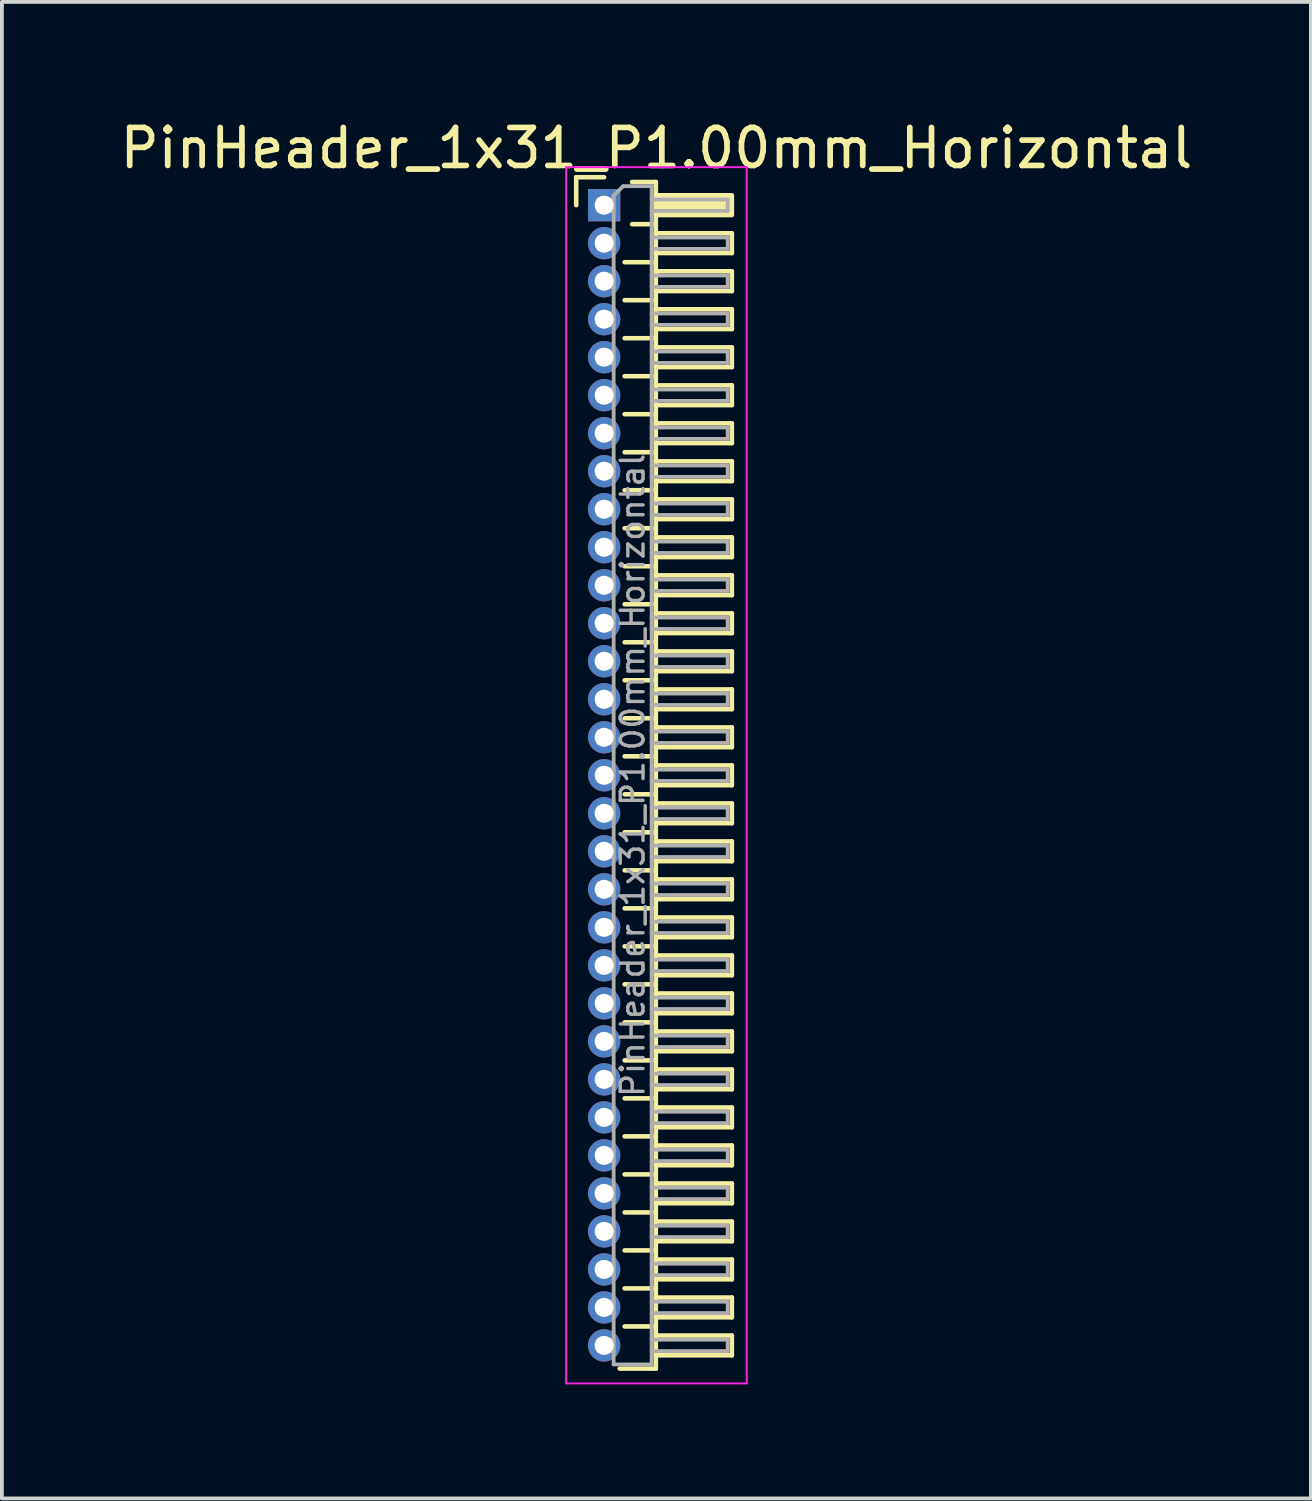
<source format=kicad_pcb>
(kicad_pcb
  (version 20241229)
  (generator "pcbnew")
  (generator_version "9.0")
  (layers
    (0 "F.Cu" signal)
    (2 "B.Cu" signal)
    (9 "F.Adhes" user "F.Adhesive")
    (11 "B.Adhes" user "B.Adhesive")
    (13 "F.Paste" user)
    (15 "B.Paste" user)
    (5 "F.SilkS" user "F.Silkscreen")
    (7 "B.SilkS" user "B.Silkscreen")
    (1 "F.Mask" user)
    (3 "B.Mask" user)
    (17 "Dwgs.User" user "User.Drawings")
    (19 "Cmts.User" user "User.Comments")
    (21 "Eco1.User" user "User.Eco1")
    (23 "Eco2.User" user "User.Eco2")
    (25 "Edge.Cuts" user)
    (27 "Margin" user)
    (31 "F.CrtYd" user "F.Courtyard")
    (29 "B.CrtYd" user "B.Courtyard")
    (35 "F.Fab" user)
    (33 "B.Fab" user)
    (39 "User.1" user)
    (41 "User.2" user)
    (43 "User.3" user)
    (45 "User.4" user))
  (footprint "PinHeader_1x31_P1.00mm_Horizontal"
    (layer "F.Cu")
    (at 12.845 2.348)
    (property "Reference" "PinHeader_1x31_P1.00mm_Horizontal" (at 1.375 -1.5 0) (layer "F.SilkS") (effects (font (size 1 1) (thickness 0.15))))
    (attr through_hole)
    (fp_line (start -0.735 -0.735) (end 0 -0.735) (stroke (width 0.12) (type solid)) (layer "F.SilkS"))
    (fp_line (start -0.735 0) (end -0.735 -0.735) (stroke (width 0.12) (type solid)) (layer "F.SilkS"))
    (fp_line (start 0.539 1.5) (end 1.36 1.5) (stroke (width 0.12) (type solid)) (layer "F.SilkS"))
    (fp_line (start 0.539 2.5) (end 1.36 2.5) (stroke (width 0.12) (type solid)) (layer "F.SilkS"))
    (fp_line (start 0.539 3.5) (end 1.36 3.5) (stroke (width 0.12) (type solid)) (layer "F.SilkS"))
    (fp_line (start 0.539 4.5) (end 1.36 4.5) (stroke (width 0.12) (type solid)) (layer "F.SilkS"))
    (fp_line (start 0.539 5.5) (end 1.36 5.5) (stroke (width 0.12) (type solid)) (layer "F.SilkS"))
    (fp_line (start 0.539 6.5) (end 1.36 6.5) (stroke (width 0.12) (type solid)) (layer "F.SilkS"))
    (fp_line (start 0.539 7.5) (end 1.36 7.5) (stroke (width 0.12) (type solid)) (layer "F.SilkS"))
    (fp_line (start 0.539 8.5) (end 1.36 8.5) (stroke (width 0.12) (type solid)) (layer "F.SilkS"))
    (fp_line (start 0.539 9.5) (end 1.36 9.5) (stroke (width 0.12) (type solid)) (layer "F.SilkS"))
    (fp_line (start 0.539 10.5) (end 1.36 10.5) (stroke (width 0.12) (type solid)) (layer "F.SilkS"))
    (fp_line (start 0.539 11.5) (end 1.36 11.5) (stroke (width 0.12) (type solid)) (layer "F.SilkS"))
    (fp_line (start 0.539 12.5) (end 1.36 12.5) (stroke (width 0.12) (type solid)) (layer "F.SilkS"))
    (fp_line (start 0.539 13.5) (end 1.36 13.5) (stroke (width 0.12) (type solid)) (layer "F.SilkS"))
    (fp_line (start 0.539 14.5) (end 1.36 14.5) (stroke (width 0.12) (type solid)) (layer "F.SilkS"))
    (fp_line (start 0.539 15.5) (end 1.36 15.5) (stroke (width 0.12) (type solid)) (layer "F.SilkS"))
    (fp_line (start 0.539 16.5) (end 1.36 16.5) (stroke (width 0.12) (type solid)) (layer "F.SilkS"))
    (fp_line (start 0.539 17.5) (end 1.36 17.5) (stroke (width 0.12) (type solid)) (layer "F.SilkS"))
    (fp_line (start 0.539 18.5) (end 1.36 18.5) (stroke (width 0.12) (type solid)) (layer "F.SilkS"))
    (fp_line (start 0.539 19.5) (end 1.36 19.5) (stroke (width 0.12) (type solid)) (layer "F.SilkS"))
    (fp_line (start 0.539 20.5) (end 1.36 20.5) (stroke (width 0.12) (type solid)) (layer "F.SilkS"))
    (fp_line (start 0.539 21.5) (end 1.36 21.5) (stroke (width 0.12) (type solid)) (layer "F.SilkS"))
    (fp_line (start 0.539 22.5) (end 1.36 22.5) (stroke (width 0.12) (type solid)) (layer "F.SilkS"))
    (fp_line (start 0.539 23.5) (end 1.36 23.5) (stroke (width 0.12) (type solid)) (layer "F.SilkS"))
    (fp_line (start 0.539 24.5) (end 1.36 24.5) (stroke (width 0.12) (type solid)) (layer "F.SilkS"))
    (fp_line (start 0.539 25.5) (end 1.36 25.5) (stroke (width 0.12) (type solid)) (layer "F.SilkS"))
    (fp_line (start 0.539 26.5) (end 1.36 26.5) (stroke (width 0.12) (type solid)) (layer "F.SilkS"))
    (fp_line (start 0.539 27.5) (end 1.36 27.5) (stroke (width 0.12) (type solid)) (layer "F.SilkS"))
    (fp_line (start 0.539 28.5) (end 1.36 28.5) (stroke (width 0.12) (type solid)) (layer "F.SilkS"))
    (fp_line (start 0.539 29.5) (end 1.36 29.5) (stroke (width 0.12) (type solid)) (layer "F.SilkS"))
    (fp_line (start 0.735 -0.61) (end 1.36 -0.61) (stroke (width 0.12) (type solid)) (layer "F.SilkS"))
    (fp_line (start 0.735 0.5) (end 1.36 0.5) (stroke (width 0.12) (type solid)) (layer "F.SilkS"))
    (fp_line (start 1.36 -0.61) (end 1.36 30.61) (stroke (width 0.12) (type solid)) (layer "F.SilkS"))
    (fp_line (start 1.36 0.74) (end 3.36 0.74) (stroke (width 0.12) (type solid)) (layer "F.SilkS"))
    (fp_line (start 1.36 1.74) (end 3.36 1.74) (stroke (width 0.12) (type solid)) (layer "F.SilkS"))
    (fp_line (start 1.36 2.74) (end 3.36 2.74) (stroke (width 0.12) (type solid)) (layer "F.SilkS"))
    (fp_line (start 1.36 3.74) (end 3.36 3.74) (stroke (width 0.12) (type solid)) (layer "F.SilkS"))
    (fp_line (start 1.36 4.74) (end 3.36 4.74) (stroke (width 0.12) (type solid)) (layer "F.SilkS"))
    (fp_line (start 1.36 5.74) (end 3.36 5.74) (stroke (width 0.12) (type solid)) (layer "F.SilkS"))
    (fp_line (start 1.36 6.74) (end 3.36 6.74) (stroke (width 0.12) (type solid)) (layer "F.SilkS"))
    (fp_line (start 1.36 7.74) (end 3.36 7.74) (stroke (width 0.12) (type solid)) (layer "F.SilkS"))
    (fp_line (start 1.36 8.74) (end 3.36 8.74) (stroke (width 0.12) (type solid)) (layer "F.SilkS"))
    (fp_line (start 1.36 9.74) (end 3.36 9.74) (stroke (width 0.12) (type solid)) (layer "F.SilkS"))
    (fp_line (start 1.36 10.74) (end 3.36 10.74) (stroke (width 0.12) (type solid)) (layer "F.SilkS"))
    (fp_line (start 1.36 11.74) (end 3.36 11.74) (stroke (width 0.12) (type solid)) (layer "F.SilkS"))
    (fp_line (start 1.36 12.74) (end 3.36 12.74) (stroke (width 0.12) (type solid)) (layer "F.SilkS"))
    (fp_line (start 1.36 13.74) (end 3.36 13.74) (stroke (width 0.12) (type solid)) (layer "F.SilkS"))
    (fp_line (start 1.36 14.74) (end 3.36 14.74) (stroke (width 0.12) (type solid)) (layer "F.SilkS"))
    (fp_line (start 1.36 15.74) (end 3.36 15.74) (stroke (width 0.12) (type solid)) (layer "F.SilkS"))
    (fp_line (start 1.36 16.74) (end 3.36 16.74) (stroke (width 0.12) (type solid)) (layer "F.SilkS"))
    (fp_line (start 1.36 17.74) (end 3.36 17.74) (stroke (width 0.12) (type solid)) (layer "F.SilkS"))
    (fp_line (start 1.36 18.74) (end 3.36 18.74) (stroke (width 0.12) (type solid)) (layer "F.SilkS"))
    (fp_line (start 1.36 19.74) (end 3.36 19.74) (stroke (width 0.12) (type solid)) (layer "F.SilkS"))
    (fp_line (start 1.36 20.74) (end 3.36 20.74) (stroke (width 0.12) (type solid)) (layer "F.SilkS"))
    (fp_line (start 1.36 21.74) (end 3.36 21.74) (stroke (width 0.12) (type solid)) (layer "F.SilkS"))
    (fp_line (start 1.36 22.74) (end 3.36 22.74) (stroke (width 0.12) (type solid)) (layer "F.SilkS"))
    (fp_line (start 1.36 23.74) (end 3.36 23.74) (stroke (width 0.12) (type solid)) (layer "F.SilkS"))
    (fp_line (start 1.36 24.74) (end 3.36 24.74) (stroke (width 0.12) (type solid)) (layer "F.SilkS"))
    (fp_line (start 1.36 25.74) (end 3.36 25.74) (stroke (width 0.12) (type solid)) (layer "F.SilkS"))
    (fp_line (start 1.36 26.74) (end 3.36 26.74) (stroke (width 0.12) (type solid)) (layer "F.SilkS"))
    (fp_line (start 1.36 27.74) (end 3.36 27.74) (stroke (width 0.12) (type solid)) (layer "F.SilkS"))
    (fp_line (start 1.36 28.74) (end 3.36 28.74) (stroke (width 0.12) (type solid)) (layer "F.SilkS"))
    (fp_line (start 1.36 29.74) (end 3.36 29.74) (stroke (width 0.12) (type solid)) (layer "F.SilkS"))
    (fp_line (start 1.36 30.61) (end 0.41 30.61) (stroke (width 0.12) (type solid)) (layer "F.SilkS"))
    (fp_line (start 3.36 0.74) (end 3.36 1.26) (stroke (width 0.12) (type solid)) (layer "F.SilkS"))
    (fp_line (start 3.36 1.26) (end 1.36 1.26) (stroke (width 0.12) (type solid)) (layer "F.SilkS"))
    (fp_line (start 3.36 1.74) (end 3.36 2.26) (stroke (width 0.12) (type solid)) (layer "F.SilkS"))
    (fp_line (start 3.36 2.26) (end 1.36 2.26) (stroke (width 0.12) (type solid)) (layer "F.SilkS"))
    (fp_line (start 3.36 2.74) (end 3.36 3.26) (stroke (width 0.12) (type solid)) (layer "F.SilkS"))
    (fp_line (start 3.36 3.26) (end 1.36 3.26) (stroke (width 0.12) (type solid)) (layer "F.SilkS"))
    (fp_line (start 3.36 3.74) (end 3.36 4.26) (stroke (width 0.12) (type solid)) (layer "F.SilkS"))
    (fp_line (start 3.36 4.26) (end 1.36 4.26) (stroke (width 0.12) (type solid)) (layer "F.SilkS"))
    (fp_line (start 3.36 4.74) (end 3.36 5.26) (stroke (width 0.12) (type solid)) (layer "F.SilkS"))
    (fp_line (start 3.36 5.26) (end 1.36 5.26) (stroke (width 0.12) (type solid)) (layer "F.SilkS"))
    (fp_line (start 3.36 5.74) (end 3.36 6.26) (stroke (width 0.12) (type solid)) (layer "F.SilkS"))
    (fp_line (start 3.36 6.26) (end 1.36 6.26) (stroke (width 0.12) (type solid)) (layer "F.SilkS"))
    (fp_line (start 3.36 6.74) (end 3.36 7.26) (stroke (width 0.12) (type solid)) (layer "F.SilkS"))
    (fp_line (start 3.36 7.26) (end 1.36 7.26) (stroke (width 0.12) (type solid)) (layer "F.SilkS"))
    (fp_line (start 3.36 7.74) (end 3.36 8.26) (stroke (width 0.12) (type solid)) (layer "F.SilkS"))
    (fp_line (start 3.36 8.26) (end 1.36 8.26) (stroke (width 0.12) (type solid)) (layer "F.SilkS"))
    (fp_line (start 3.36 8.74) (end 3.36 9.26) (stroke (width 0.12) (type solid)) (layer "F.SilkS"))
    (fp_line (start 3.36 9.26) (end 1.36 9.26) (stroke (width 0.12) (type solid)) (layer "F.SilkS"))
    (fp_line (start 3.36 9.74) (end 3.36 10.26) (stroke (width 0.12) (type solid)) (layer "F.SilkS"))
    (fp_line (start 3.36 10.26) (end 1.36 10.26) (stroke (width 0.12) (type solid)) (layer "F.SilkS"))
    (fp_line (start 3.36 10.74) (end 3.36 11.26) (stroke (width 0.12) (type solid)) (layer "F.SilkS"))
    (fp_line (start 3.36 11.26) (end 1.36 11.26) (stroke (width 0.12) (type solid)) (layer "F.SilkS"))
    (fp_line (start 3.36 11.74) (end 3.36 12.26) (stroke (width 0.12) (type solid)) (layer "F.SilkS"))
    (fp_line (start 3.36 12.26) (end 1.36 12.26) (stroke (width 0.12) (type solid)) (layer "F.SilkS"))
    (fp_line (start 3.36 12.74) (end 3.36 13.26) (stroke (width 0.12) (type solid)) (layer "F.SilkS"))
    (fp_line (start 3.36 13.26) (end 1.36 13.26) (stroke (width 0.12) (type solid)) (layer "F.SilkS"))
    (fp_line (start 3.36 13.74) (end 3.36 14.26) (stroke (width 0.12) (type solid)) (layer "F.SilkS"))
    (fp_line (start 3.36 14.26) (end 1.36 14.26) (stroke (width 0.12) (type solid)) (layer "F.SilkS"))
    (fp_line (start 3.36 14.74) (end 3.36 15.26) (stroke (width 0.12) (type solid)) (layer "F.SilkS"))
    (fp_line (start 3.36 15.26) (end 1.36 15.26) (stroke (width 0.12) (type solid)) (layer "F.SilkS"))
    (fp_line (start 3.36 15.74) (end 3.36 16.26) (stroke (width 0.12) (type solid)) (layer "F.SilkS"))
    (fp_line (start 3.36 16.26) (end 1.36 16.26) (stroke (width 0.12) (type solid)) (layer "F.SilkS"))
    (fp_line (start 3.36 16.74) (end 3.36 17.26) (stroke (width 0.12) (type solid)) (layer "F.SilkS"))
    (fp_line (start 3.36 17.26) (end 1.36 17.26) (stroke (width 0.12) (type solid)) (layer "F.SilkS"))
    (fp_line (start 3.36 17.74) (end 3.36 18.26) (stroke (width 0.12) (type solid)) (layer "F.SilkS"))
    (fp_line (start 3.36 18.26) (end 1.36 18.26) (stroke (width 0.12) (type solid)) (layer "F.SilkS"))
    (fp_line (start 3.36 18.74) (end 3.36 19.26) (stroke (width 0.12) (type solid)) (layer "F.SilkS"))
    (fp_line (start 3.36 19.26) (end 1.36 19.26) (stroke (width 0.12) (type solid)) (layer "F.SilkS"))
    (fp_line (start 3.36 19.74) (end 3.36 20.26) (stroke (width 0.12) (type solid)) (layer "F.SilkS"))
    (fp_line (start 3.36 20.26) (end 1.36 20.26) (stroke (width 0.12) (type solid)) (layer "F.SilkS"))
    (fp_line (start 3.36 20.74) (end 3.36 21.26) (stroke (width 0.12) (type solid)) (layer "F.SilkS"))
    (fp_line (start 3.36 21.26) (end 1.36 21.26) (stroke (width 0.12) (type solid)) (layer "F.SilkS"))
    (fp_line (start 3.36 21.74) (end 3.36 22.26) (stroke (width 0.12) (type solid)) (layer "F.SilkS"))
    (fp_line (start 3.36 22.26) (end 1.36 22.26) (stroke (width 0.12) (type solid)) (layer "F.SilkS"))
    (fp_line (start 3.36 22.74) (end 3.36 23.26) (stroke (width 0.12) (type solid)) (layer "F.SilkS"))
    (fp_line (start 3.36 23.26) (end 1.36 23.26) (stroke (width 0.12) (type solid)) (layer "F.SilkS"))
    (fp_line (start 3.36 23.74) (end 3.36 24.26) (stroke (width 0.12) (type solid)) (layer "F.SilkS"))
    (fp_line (start 3.36 24.26) (end 1.36 24.26) (stroke (width 0.12) (type solid)) (layer "F.SilkS"))
    (fp_line (start 3.36 24.74) (end 3.36 25.26) (stroke (width 0.12) (type solid)) (layer "F.SilkS"))
    (fp_line (start 3.36 25.26) (end 1.36 25.26) (stroke (width 0.12) (type solid)) (layer "F.SilkS"))
    (fp_line (start 3.36 25.74) (end 3.36 26.26) (stroke (width 0.12) (type solid)) (layer "F.SilkS"))
    (fp_line (start 3.36 26.26) (end 1.36 26.26) (stroke (width 0.12) (type solid)) (layer "F.SilkS"))
    (fp_line (start 3.36 26.74) (end 3.36 27.26) (stroke (width 0.12) (type solid)) (layer "F.SilkS"))
    (fp_line (start 3.36 27.26) (end 1.36 27.26) (stroke (width 0.12) (type solid)) (layer "F.SilkS"))
    (fp_line (start 3.36 27.74) (end 3.36 28.26) (stroke (width 0.12) (type solid)) (layer "F.SilkS"))
    (fp_line (start 3.36 28.26) (end 1.36 28.26) (stroke (width 0.12) (type solid)) (layer "F.SilkS"))
    (fp_line (start 3.36 28.74) (end 3.36 29.26) (stroke (width 0.12) (type solid)) (layer "F.SilkS"))
    (fp_line (start 3.36 29.26) (end 1.36 29.26) (stroke (width 0.12) (type solid)) (layer "F.SilkS"))
    (fp_line (start 3.36 29.74) (end 3.36 30.26) (stroke (width 0.12) (type solid)) (layer "F.SilkS"))
    (fp_line (start 3.36 30.26) (end 1.36 30.26) (stroke (width 0.12) (type solid)) (layer "F.SilkS"))
    (fp_rect (start 1.36 -0.26) (end 3.36 0.26) (stroke (width 0.12) (type solid)) (fill yes) (layer "F.SilkS"))
    (fp_line (start -1 -1) (end -1 31) (stroke (width 0.05) (type solid)) (layer "F.CrtYd"))
    (fp_line (start -1 31) (end 3.75 31) (stroke (width 0.05) (type solid)) (layer "F.CrtYd"))
    (fp_line (start 3.75 -1) (end -1 -1) (stroke (width 0.05) (type solid)) (layer "F.CrtYd"))
    (fp_line (start 3.75 31) (end 3.75 -1) (stroke (width 0.05) (type solid)) (layer "F.CrtYd"))
    (fp_line (start -0.15 -0.15) (end -0.15 0.15) (stroke (width 0.1) (type solid)) (layer "F.Fab"))
    (fp_line (start -0.15 -0.15) (end 0.25 -0.15) (stroke (width 0.1) (type solid)) (layer "F.Fab"))
    (fp_line (start -0.15 0.15) (end 0.25 0.15) (stroke (width 0.1) (type solid)) (layer "F.Fab"))
    (fp_line (start -0.15 0.85) (end -0.15 1.15) (stroke (width 0.1) (type solid)) (layer "F.Fab"))
    (fp_line (start -0.15 0.85) (end 0.25 0.85) (stroke (width 0.1) (type solid)) (layer "F.Fab"))
    (fp_line (start -0.15 1.15) (end 0.25 1.15) (stroke (width 0.1) (type solid)) (layer "F.Fab"))
    (fp_line (start -0.15 1.85) (end -0.15 2.15) (stroke (width 0.1) (type solid)) (layer "F.Fab"))
    (fp_line (start -0.15 1.85) (end 0.25 1.85) (stroke (width 0.1) (type solid)) (layer "F.Fab"))
    (fp_line (start -0.15 2.15) (end 0.25 2.15) (stroke (width 0.1) (type solid)) (layer "F.Fab"))
    (fp_line (start -0.15 2.85) (end -0.15 3.15) (stroke (width 0.1) (type solid)) (layer "F.Fab"))
    (fp_line (start -0.15 2.85) (end 0.25 2.85) (stroke (width 0.1) (type solid)) (layer "F.Fab"))
    (fp_line (start -0.15 3.15) (end 0.25 3.15) (stroke (width 0.1) (type solid)) (layer "F.Fab"))
    (fp_line (start -0.15 3.85) (end -0.15 4.15) (stroke (width 0.1) (type solid)) (layer "F.Fab"))
    (fp_line (start -0.15 3.85) (end 0.25 3.85) (stroke (width 0.1) (type solid)) (layer "F.Fab"))
    (fp_line (start -0.15 4.15) (end 0.25 4.15) (stroke (width 0.1) (type solid)) (layer "F.Fab"))
    (fp_line (start -0.15 4.85) (end -0.15 5.15) (stroke (width 0.1) (type solid)) (layer "F.Fab"))
    (fp_line (start -0.15 4.85) (end 0.25 4.85) (stroke (width 0.1) (type solid)) (layer "F.Fab"))
    (fp_line (start -0.15 5.15) (end 0.25 5.15) (stroke (width 0.1) (type solid)) (layer "F.Fab"))
    (fp_line (start -0.15 5.85) (end -0.15 6.15) (stroke (width 0.1) (type solid)) (layer "F.Fab"))
    (fp_line (start -0.15 5.85) (end 0.25 5.85) (stroke (width 0.1) (type solid)) (layer "F.Fab"))
    (fp_line (start -0.15 6.15) (end 0.25 6.15) (stroke (width 0.1) (type solid)) (layer "F.Fab"))
    (fp_line (start -0.15 6.85) (end -0.15 7.15) (stroke (width 0.1) (type solid)) (layer "F.Fab"))
    (fp_line (start -0.15 6.85) (end 0.25 6.85) (stroke (width 0.1) (type solid)) (layer "F.Fab"))
    (fp_line (start -0.15 7.15) (end 0.25 7.15) (stroke (width 0.1) (type solid)) (layer "F.Fab"))
    (fp_line (start -0.15 7.85) (end -0.15 8.15) (stroke (width 0.1) (type solid)) (layer "F.Fab"))
    (fp_line (start -0.15 7.85) (end 0.25 7.85) (stroke (width 0.1) (type solid)) (layer "F.Fab"))
    (fp_line (start -0.15 8.15) (end 0.25 8.15) (stroke (width 0.1) (type solid)) (layer "F.Fab"))
    (fp_line (start -0.15 8.85) (end -0.15 9.15) (stroke (width 0.1) (type solid)) (layer "F.Fab"))
    (fp_line (start -0.15 8.85) (end 0.25 8.85) (stroke (width 0.1) (type solid)) (layer "F.Fab"))
    (fp_line (start -0.15 9.15) (end 0.25 9.15) (stroke (width 0.1) (type solid)) (layer "F.Fab"))
    (fp_line (start -0.15 9.85) (end -0.15 10.15) (stroke (width 0.1) (type solid)) (layer "F.Fab"))
    (fp_line (start -0.15 9.85) (end 0.25 9.85) (stroke (width 0.1) (type solid)) (layer "F.Fab"))
    (fp_line (start -0.15 10.15) (end 0.25 10.15) (stroke (width 0.1) (type solid)) (layer "F.Fab"))
    (fp_line (start -0.15 10.85) (end -0.15 11.15) (stroke (width 0.1) (type solid)) (layer "F.Fab"))
    (fp_line (start -0.15 10.85) (end 0.25 10.85) (stroke (width 0.1) (type solid)) (layer "F.Fab"))
    (fp_line (start -0.15 11.15) (end 0.25 11.15) (stroke (width 0.1) (type solid)) (layer "F.Fab"))
    (fp_line (start -0.15 11.85) (end -0.15 12.15) (stroke (width 0.1) (type solid)) (layer "F.Fab"))
    (fp_line (start -0.15 11.85) (end 0.25 11.85) (stroke (width 0.1) (type solid)) (layer "F.Fab"))
    (fp_line (start -0.15 12.15) (end 0.25 12.15) (stroke (width 0.1) (type solid)) (layer "F.Fab"))
    (fp_line (start -0.15 12.85) (end -0.15 13.15) (stroke (width 0.1) (type solid)) (layer "F.Fab"))
    (fp_line (start -0.15 12.85) (end 0.25 12.85) (stroke (width 0.1) (type solid)) (layer "F.Fab"))
    (fp_line (start -0.15 13.15) (end 0.25 13.15) (stroke (width 0.1) (type solid)) (layer "F.Fab"))
    (fp_line (start -0.15 13.85) (end -0.15 14.15) (stroke (width 0.1) (type solid)) (layer "F.Fab"))
    (fp_line (start -0.15 13.85) (end 0.25 13.85) (stroke (width 0.1) (type solid)) (layer "F.Fab"))
    (fp_line (start -0.15 14.15) (end 0.25 14.15) (stroke (width 0.1) (type solid)) (layer "F.Fab"))
    (fp_line (start -0.15 14.85) (end -0.15 15.15) (stroke (width 0.1) (type solid)) (layer "F.Fab"))
    (fp_line (start -0.15 14.85) (end 0.25 14.85) (stroke (width 0.1) (type solid)) (layer "F.Fab"))
    (fp_line (start -0.15 15.15) (end 0.25 15.15) (stroke (width 0.1) (type solid)) (layer "F.Fab"))
    (fp_line (start -0.15 15.85) (end -0.15 16.15) (stroke (width 0.1) (type solid)) (layer "F.Fab"))
    (fp_line (start -0.15 15.85) (end 0.25 15.85) (stroke (width 0.1) (type solid)) (layer "F.Fab"))
    (fp_line (start -0.15 16.15) (end 0.25 16.15) (stroke (width 0.1) (type solid)) (layer "F.Fab"))
    (fp_line (start -0.15 16.85) (end -0.15 17.15) (stroke (width 0.1) (type solid)) (layer "F.Fab"))
    (fp_line (start -0.15 16.85) (end 0.25 16.85) (stroke (width 0.1) (type solid)) (layer "F.Fab"))
    (fp_line (start -0.15 17.15) (end 0.25 17.15) (stroke (width 0.1) (type solid)) (layer "F.Fab"))
    (fp_line (start -0.15 17.85) (end -0.15 18.15) (stroke (width 0.1) (type solid)) (layer "F.Fab"))
    (fp_line (start -0.15 17.85) (end 0.25 17.85) (stroke (width 0.1) (type solid)) (layer "F.Fab"))
    (fp_line (start -0.15 18.15) (end 0.25 18.15) (stroke (width 0.1) (type solid)) (layer "F.Fab"))
    (fp_line (start -0.15 18.85) (end -0.15 19.15) (stroke (width 0.1) (type solid)) (layer "F.Fab"))
    (fp_line (start -0.15 18.85) (end 0.25 18.85) (stroke (width 0.1) (type solid)) (layer "F.Fab"))
    (fp_line (start -0.15 19.15) (end 0.25 19.15) (stroke (width 0.1) (type solid)) (layer "F.Fab"))
    (fp_line (start -0.15 19.85) (end -0.15 20.15) (stroke (width 0.1) (type solid)) (layer "F.Fab"))
    (fp_line (start -0.15 19.85) (end 0.25 19.85) (stroke (width 0.1) (type solid)) (layer "F.Fab"))
    (fp_line (start -0.15 20.15) (end 0.25 20.15) (stroke (width 0.1) (type solid)) (layer "F.Fab"))
    (fp_line (start -0.15 20.85) (end -0.15 21.15) (stroke (width 0.1) (type solid)) (layer "F.Fab"))
    (fp_line (start -0.15 20.85) (end 0.25 20.85) (stroke (width 0.1) (type solid)) (layer "F.Fab"))
    (fp_line (start -0.15 21.15) (end 0.25 21.15) (stroke (width 0.1) (type solid)) (layer "F.Fab"))
    (fp_line (start -0.15 21.85) (end -0.15 22.15) (stroke (width 0.1) (type solid)) (layer "F.Fab"))
    (fp_line (start -0.15 21.85) (end 0.25 21.85) (stroke (width 0.1) (type solid)) (layer "F.Fab"))
    (fp_line (start -0.15 22.15) (end 0.25 22.15) (stroke (width 0.1) (type solid)) (layer "F.Fab"))
    (fp_line (start -0.15 22.85) (end -0.15 23.15) (stroke (width 0.1) (type solid)) (layer "F.Fab"))
    (fp_line (start -0.15 22.85) (end 0.25 22.85) (stroke (width 0.1) (type solid)) (layer "F.Fab"))
    (fp_line (start -0.15 23.15) (end 0.25 23.15) (stroke (width 0.1) (type solid)) (layer "F.Fab"))
    (fp_line (start -0.15 23.85) (end -0.15 24.15) (stroke (width 0.1) (type solid)) (layer "F.Fab"))
    (fp_line (start -0.15 23.85) (end 0.25 23.85) (stroke (width 0.1) (type solid)) (layer "F.Fab"))
    (fp_line (start -0.15 24.15) (end 0.25 24.15) (stroke (width 0.1) (type solid)) (layer "F.Fab"))
    (fp_line (start -0.15 24.85) (end -0.15 25.15) (stroke (width 0.1) (type solid)) (layer "F.Fab"))
    (fp_line (start -0.15 24.85) (end 0.25 24.85) (stroke (width 0.1) (type solid)) (layer "F.Fab"))
    (fp_line (start -0.15 25.15) (end 0.25 25.15) (stroke (width 0.1) (type solid)) (layer "F.Fab"))
    (fp_line (start -0.15 25.85) (end -0.15 26.15) (stroke (width 0.1) (type solid)) (layer "F.Fab"))
    (fp_line (start -0.15 25.85) (end 0.25 25.85) (stroke (width 0.1) (type solid)) (layer "F.Fab"))
    (fp_line (start -0.15 26.15) (end 0.25 26.15) (stroke (width 0.1) (type solid)) (layer "F.Fab"))
    (fp_line (start -0.15 26.85) (end -0.15 27.15) (stroke (width 0.1) (type solid)) (layer "F.Fab"))
    (fp_line (start -0.15 26.85) (end 0.25 26.85) (stroke (width 0.1) (type solid)) (layer "F.Fab"))
    (fp_line (start -0.15 27.15) (end 0.25 27.15) (stroke (width 0.1) (type solid)) (layer "F.Fab"))
    (fp_line (start -0.15 27.85) (end -0.15 28.15) (stroke (width 0.1) (type solid)) (layer "F.Fab"))
    (fp_line (start -0.15 27.85) (end 0.25 27.85) (stroke (width 0.1) (type solid)) (layer "F.Fab"))
    (fp_line (start -0.15 28.15) (end 0.25 28.15) (stroke (width 0.1) (type solid)) (layer "F.Fab"))
    (fp_line (start -0.15 28.85) (end -0.15 29.15) (stroke (width 0.1) (type solid)) (layer "F.Fab"))
    (fp_line (start -0.15 28.85) (end 0.25 28.85) (stroke (width 0.1) (type solid)) (layer "F.Fab"))
    (fp_line (start -0.15 29.15) (end 0.25 29.15) (stroke (width 0.1) (type solid)) (layer "F.Fab"))
    (fp_line (start -0.15 29.85) (end -0.15 30.15) (stroke (width 0.1) (type solid)) (layer "F.Fab"))
    (fp_line (start -0.15 29.85) (end 0.25 29.85) (stroke (width 0.1) (type solid)) (layer "F.Fab"))
    (fp_line (start -0.15 30.15) (end 0.25 30.15) (stroke (width 0.1) (type solid)) (layer "F.Fab"))
    (fp_line (start 0.25 -0.25) (end 0.5 -0.5) (stroke (width 0.1) (type solid)) (layer "F.Fab"))
    (fp_line (start 0.25 30.5) (end 0.25 -0.25) (stroke (width 0.1) (type solid)) (layer "F.Fab"))
    (fp_line (start 0.5 -0.5) (end 1.25 -0.5) (stroke (width 0.1) (type solid)) (layer "F.Fab"))
    (fp_line (start 1.25 -0.5) (end 1.25 30.5) (stroke (width 0.1) (type solid)) (layer "F.Fab"))
    (fp_line (start 1.25 -0.15) (end 3.25 -0.15) (stroke (width 0.1) (type solid)) (layer "F.Fab"))
    (fp_line (start 1.25 0.15) (end 3.25 0.15) (stroke (width 0.1) (type solid)) (layer "F.Fab"))
    (fp_line (start 1.25 0.85) (end 3.25 0.85) (stroke (width 0.1) (type solid)) (layer "F.Fab"))
    (fp_line (start 1.25 1.15) (end 3.25 1.15) (stroke (width 0.1) (type solid)) (layer "F.Fab"))
    (fp_line (start 1.25 1.85) (end 3.25 1.85) (stroke (width 0.1) (type solid)) (layer "F.Fab"))
    (fp_line (start 1.25 2.15) (end 3.25 2.15) (stroke (width 0.1) (type solid)) (layer "F.Fab"))
    (fp_line (start 1.25 2.85) (end 3.25 2.85) (stroke (width 0.1) (type solid)) (layer "F.Fab"))
    (fp_line (start 1.25 3.15) (end 3.25 3.15) (stroke (width 0.1) (type solid)) (layer "F.Fab"))
    (fp_line (start 1.25 3.85) (end 3.25 3.85) (stroke (width 0.1) (type solid)) (layer "F.Fab"))
    (fp_line (start 1.25 4.15) (end 3.25 4.15) (stroke (width 0.1) (type solid)) (layer "F.Fab"))
    (fp_line (start 1.25 4.85) (end 3.25 4.85) (stroke (width 0.1) (type solid)) (layer "F.Fab"))
    (fp_line (start 1.25 5.15) (end 3.25 5.15) (stroke (width 0.1) (type solid)) (layer "F.Fab"))
    (fp_line (start 1.25 5.85) (end 3.25 5.85) (stroke (width 0.1) (type solid)) (layer "F.Fab"))
    (fp_line (start 1.25 6.15) (end 3.25 6.15) (stroke (width 0.1) (type solid)) (layer "F.Fab"))
    (fp_line (start 1.25 6.85) (end 3.25 6.85) (stroke (width 0.1) (type solid)) (layer "F.Fab"))
    (fp_line (start 1.25 7.15) (end 3.25 7.15) (stroke (width 0.1) (type solid)) (layer "F.Fab"))
    (fp_line (start 1.25 7.85) (end 3.25 7.85) (stroke (width 0.1) (type solid)) (layer "F.Fab"))
    (fp_line (start 1.25 8.15) (end 3.25 8.15) (stroke (width 0.1) (type solid)) (layer "F.Fab"))
    (fp_line (start 1.25 8.85) (end 3.25 8.85) (stroke (width 0.1) (type solid)) (layer "F.Fab"))
    (fp_line (start 1.25 9.15) (end 3.25 9.15) (stroke (width 0.1) (type solid)) (layer "F.Fab"))
    (fp_line (start 1.25 9.85) (end 3.25 9.85) (stroke (width 0.1) (type solid)) (layer "F.Fab"))
    (fp_line (start 1.25 10.15) (end 3.25 10.15) (stroke (width 0.1) (type solid)) (layer "F.Fab"))
    (fp_line (start 1.25 10.85) (end 3.25 10.85) (stroke (width 0.1) (type solid)) (layer "F.Fab"))
    (fp_line (start 1.25 11.15) (end 3.25 11.15) (stroke (width 0.1) (type solid)) (layer "F.Fab"))
    (fp_line (start 1.25 11.85) (end 3.25 11.85) (stroke (width 0.1) (type solid)) (layer "F.Fab"))
    (fp_line (start 1.25 12.15) (end 3.25 12.15) (stroke (width 0.1) (type solid)) (layer "F.Fab"))
    (fp_line (start 1.25 12.85) (end 3.25 12.85) (stroke (width 0.1) (type solid)) (layer "F.Fab"))
    (fp_line (start 1.25 13.15) (end 3.25 13.15) (stroke (width 0.1) (type solid)) (layer "F.Fab"))
    (fp_line (start 1.25 13.85) (end 3.25 13.85) (stroke (width 0.1) (type solid)) (layer "F.Fab"))
    (fp_line (start 1.25 14.15) (end 3.25 14.15) (stroke (width 0.1) (type solid)) (layer "F.Fab"))
    (fp_line (start 1.25 14.85) (end 3.25 14.85) (stroke (width 0.1) (type solid)) (layer "F.Fab"))
    (fp_line (start 1.25 15.15) (end 3.25 15.15) (stroke (width 0.1) (type solid)) (layer "F.Fab"))
    (fp_line (start 1.25 15.85) (end 3.25 15.85) (stroke (width 0.1) (type solid)) (layer "F.Fab"))
    (fp_line (start 1.25 16.15) (end 3.25 16.15) (stroke (width 0.1) (type solid)) (layer "F.Fab"))
    (fp_line (start 1.25 16.85) (end 3.25 16.85) (stroke (width 0.1) (type solid)) (layer "F.Fab"))
    (fp_line (start 1.25 17.15) (end 3.25 17.15) (stroke (width 0.1) (type solid)) (layer "F.Fab"))
    (fp_line (start 1.25 17.85) (end 3.25 17.85) (stroke (width 0.1) (type solid)) (layer "F.Fab"))
    (fp_line (start 1.25 18.15) (end 3.25 18.15) (stroke (width 0.1) (type solid)) (layer "F.Fab"))
    (fp_line (start 1.25 18.85) (end 3.25 18.85) (stroke (width 0.1) (type solid)) (layer "F.Fab"))
    (fp_line (start 1.25 19.15) (end 3.25 19.15) (stroke (width 0.1) (type solid)) (layer "F.Fab"))
    (fp_line (start 1.25 19.85) (end 3.25 19.85) (stroke (width 0.1) (type solid)) (layer "F.Fab"))
    (fp_line (start 1.25 20.15) (end 3.25 20.15) (stroke (width 0.1) (type solid)) (layer "F.Fab"))
    (fp_line (start 1.25 20.85) (end 3.25 20.85) (stroke (width 0.1) (type solid)) (layer "F.Fab"))
    (fp_line (start 1.25 21.15) (end 3.25 21.15) (stroke (width 0.1) (type solid)) (layer "F.Fab"))
    (fp_line (start 1.25 21.85) (end 3.25 21.85) (stroke (width 0.1) (type solid)) (layer "F.Fab"))
    (fp_line (start 1.25 22.15) (end 3.25 22.15) (stroke (width 0.1) (type solid)) (layer "F.Fab"))
    (fp_line (start 1.25 22.85) (end 3.25 22.85) (stroke (width 0.1) (type solid)) (layer "F.Fab"))
    (fp_line (start 1.25 23.15) (end 3.25 23.15) (stroke (width 0.1) (type solid)) (layer "F.Fab"))
    (fp_line (start 1.25 23.85) (end 3.25 23.85) (stroke (width 0.1) (type solid)) (layer "F.Fab"))
    (fp_line (start 1.25 24.15) (end 3.25 24.15) (stroke (width 0.1) (type solid)) (layer "F.Fab"))
    (fp_line (start 1.25 24.85) (end 3.25 24.85) (stroke (width 0.1) (type solid)) (layer "F.Fab"))
    (fp_line (start 1.25 25.15) (end 3.25 25.15) (stroke (width 0.1) (type solid)) (layer "F.Fab"))
    (fp_line (start 1.25 25.85) (end 3.25 25.85) (stroke (width 0.1) (type solid)) (layer "F.Fab"))
    (fp_line (start 1.25 26.15) (end 3.25 26.15) (stroke (width 0.1) (type solid)) (layer "F.Fab"))
    (fp_line (start 1.25 26.85) (end 3.25 26.85) (stroke (width 0.1) (type solid)) (layer "F.Fab"))
    (fp_line (start 1.25 27.15) (end 3.25 27.15) (stroke (width 0.1) (type solid)) (layer "F.Fab"))
    (fp_line (start 1.25 27.85) (end 3.25 27.85) (stroke (width 0.1) (type solid)) (layer "F.Fab"))
    (fp_line (start 1.25 28.15) (end 3.25 28.15) (stroke (width 0.1) (type solid)) (layer "F.Fab"))
    (fp_line (start 1.25 28.85) (end 3.25 28.85) (stroke (width 0.1) (type solid)) (layer "F.Fab"))
    (fp_line (start 1.25 29.15) (end 3.25 29.15) (stroke (width 0.1) (type solid)) (layer "F.Fab"))
    (fp_line (start 1.25 29.85) (end 3.25 29.85) (stroke (width 0.1) (type solid)) (layer "F.Fab"))
    (fp_line (start 1.25 30.15) (end 3.25 30.15) (stroke (width 0.1) (type solid)) (layer "F.Fab"))
    (fp_line (start 1.25 30.5) (end 0.25 30.5) (stroke (width 0.1) (type solid)) (layer "F.Fab"))
    (fp_line (start 3.25 -0.15) (end 3.25 0.15) (stroke (width 0.1) (type solid)) (layer "F.Fab"))
    (fp_line (start 3.25 0.85) (end 3.25 1.15) (stroke (width 0.1) (type solid)) (layer "F.Fab"))
    (fp_line (start 3.25 1.85) (end 3.25 2.15) (stroke (width 0.1) (type solid)) (layer "F.Fab"))
    (fp_line (start 3.25 2.85) (end 3.25 3.15) (stroke (width 0.1) (type solid)) (layer "F.Fab"))
    (fp_line (start 3.25 3.85) (end 3.25 4.15) (stroke (width 0.1) (type solid)) (layer "F.Fab"))
    (fp_line (start 3.25 4.85) (end 3.25 5.15) (stroke (width 0.1) (type solid)) (layer "F.Fab"))
    (fp_line (start 3.25 5.85) (end 3.25 6.15) (stroke (width 0.1) (type solid)) (layer "F.Fab"))
    (fp_line (start 3.25 6.85) (end 3.25 7.15) (stroke (width 0.1) (type solid)) (layer "F.Fab"))
    (fp_line (start 3.25 7.85) (end 3.25 8.15) (stroke (width 0.1) (type solid)) (layer "F.Fab"))
    (fp_line (start 3.25 8.85) (end 3.25 9.15) (stroke (width 0.1) (type solid)) (layer "F.Fab"))
    (fp_line (start 3.25 9.85) (end 3.25 10.15) (stroke (width 0.1) (type solid)) (layer "F.Fab"))
    (fp_line (start 3.25 10.85) (end 3.25 11.15) (stroke (width 0.1) (type solid)) (layer "F.Fab"))
    (fp_line (start 3.25 11.85) (end 3.25 12.15) (stroke (width 0.1) (type solid)) (layer "F.Fab"))
    (fp_line (start 3.25 12.85) (end 3.25 13.15) (stroke (width 0.1) (type solid)) (layer "F.Fab"))
    (fp_line (start 3.25 13.85) (end 3.25 14.15) (stroke (width 0.1) (type solid)) (layer "F.Fab"))
    (fp_line (start 3.25 14.85) (end 3.25 15.15) (stroke (width 0.1) (type solid)) (layer "F.Fab"))
    (fp_line (start 3.25 15.85) (end 3.25 16.15) (stroke (width 0.1) (type solid)) (layer "F.Fab"))
    (fp_line (start 3.25 16.85) (end 3.25 17.15) (stroke (width 0.1) (type solid)) (layer "F.Fab"))
    (fp_line (start 3.25 17.85) (end 3.25 18.15) (stroke (width 0.1) (type solid)) (layer "F.Fab"))
    (fp_line (start 3.25 18.85) (end 3.25 19.15) (stroke (width 0.1) (type solid)) (layer "F.Fab"))
    (fp_line (start 3.25 19.85) (end 3.25 20.15) (stroke (width 0.1) (type solid)) (layer "F.Fab"))
    (fp_line (start 3.25 20.85) (end 3.25 21.15) (stroke (width 0.1) (type solid)) (layer "F.Fab"))
    (fp_line (start 3.25 21.85) (end 3.25 22.15) (stroke (width 0.1) (type solid)) (layer "F.Fab"))
    (fp_line (start 3.25 22.85) (end 3.25 23.15) (stroke (width 0.1) (type solid)) (layer "F.Fab"))
    (fp_line (start 3.25 23.85) (end 3.25 24.15) (stroke (width 0.1) (type solid)) (layer "F.Fab"))
    (fp_line (start 3.25 24.85) (end 3.25 25.15) (stroke (width 0.1) (type solid)) (layer "F.Fab"))
    (fp_line (start 3.25 25.85) (end 3.25 26.15) (stroke (width 0.1) (type solid)) (layer "F.Fab"))
    (fp_line (start 3.25 26.85) (end 3.25 27.15) (stroke (width 0.1) (type solid)) (layer "F.Fab"))
    (fp_line (start 3.25 27.85) (end 3.25 28.15) (stroke (width 0.1) (type solid)) (layer "F.Fab"))
    (fp_line (start 3.25 28.85) (end 3.25 29.15) (stroke (width 0.1) (type solid)) (layer "F.Fab"))
    (fp_line (start 3.25 29.85) (end 3.25 30.15) (stroke (width 0.1) (type solid)) (layer "F.Fab"))
    (fp_text user "${REFERENCE}" (at 0.75 15 90) (layer "F.Fab") (effects (font (size 0.6 0.6) (thickness 0.09))))
    (pad "1" thru_hole rect (at 0 0) (size 0.85 0.85) (drill 0.5) (layers "*.Cu" "*.Mask"))
    (pad "2" thru_hole circle (at 0 1) (size 0.85 0.85) (drill 0.5) (layers "*.Cu" "*.Mask"))
    (pad "3" thru_hole circle (at 0 2) (size 0.85 0.85) (drill 0.5) (layers "*.Cu" "*.Mask"))
    (pad "4" thru_hole circle (at 0 3) (size 0.85 0.85) (drill 0.5) (layers "*.Cu" "*.Mask"))
    (pad "5" thru_hole circle (at 0 4) (size 0.85 0.85) (drill 0.5) (layers "*.Cu" "*.Mask"))
    (pad "6" thru_hole circle (at 0 5) (size 0.85 0.85) (drill 0.5) (layers "*.Cu" "*.Mask"))
    (pad "7" thru_hole circle (at 0 6) (size 0.85 0.85) (drill 0.5) (layers "*.Cu" "*.Mask"))
    (pad "8" thru_hole circle (at 0 7) (size 0.85 0.85) (drill 0.5) (layers "*.Cu" "*.Mask"))
    (pad "9" thru_hole circle (at 0 8) (size 0.85 0.85) (drill 0.5) (layers "*.Cu" "*.Mask"))
    (pad "10" thru_hole circle (at 0 9) (size 0.85 0.85) (drill 0.5) (layers "*.Cu" "*.Mask"))
    (pad "11" thru_hole circle (at 0 10) (size 0.85 0.85) (drill 0.5) (layers "*.Cu" "*.Mask"))
    (pad "12" thru_hole circle (at 0 11) (size 0.85 0.85) (drill 0.5) (layers "*.Cu" "*.Mask"))
    (pad "13" thru_hole circle (at 0 12) (size 0.85 0.85) (drill 0.5) (layers "*.Cu" "*.Mask"))
    (pad "14" thru_hole circle (at 0 13) (size 0.85 0.85) (drill 0.5) (layers "*.Cu" "*.Mask"))
    (pad "15" thru_hole circle (at 0 14) (size 0.85 0.85) (drill 0.5) (layers "*.Cu" "*.Mask"))
    (pad "16" thru_hole circle (at 0 15) (size 0.85 0.85) (drill 0.5) (layers "*.Cu" "*.Mask"))
    (pad "17" thru_hole circle (at 0 16) (size 0.85 0.85) (drill 0.5) (layers "*.Cu" "*.Mask"))
    (pad "18" thru_hole circle (at 0 17) (size 0.85 0.85) (drill 0.5) (layers "*.Cu" "*.Mask"))
    (pad "19" thru_hole circle (at 0 18) (size 0.85 0.85) (drill 0.5) (layers "*.Cu" "*.Mask"))
    (pad "20" thru_hole circle (at 0 19) (size 0.85 0.85) (drill 0.5) (layers "*.Cu" "*.Mask"))
    (pad "21" thru_hole circle (at 0 20) (size 0.85 0.85) (drill 0.5) (layers "*.Cu" "*.Mask"))
    (pad "22" thru_hole circle (at 0 21) (size 0.85 0.85) (drill 0.5) (layers "*.Cu" "*.Mask"))
    (pad "23" thru_hole circle (at 0 22) (size 0.85 0.85) (drill 0.5) (layers "*.Cu" "*.Mask"))
    (pad "24" thru_hole circle (at 0 23) (size 0.85 0.85) (drill 0.5) (layers "*.Cu" "*.Mask"))
    (pad "25" thru_hole circle (at 0 24) (size 0.85 0.85) (drill 0.5) (layers "*.Cu" "*.Mask"))
    (pad "26" thru_hole circle (at 0 25) (size 0.85 0.85) (drill 0.5) (layers "*.Cu" "*.Mask"))
    (pad "27" thru_hole circle (at 0 26) (size 0.85 0.85) (drill 0.5) (layers "*.Cu" "*.Mask"))
    (pad "28" thru_hole circle (at 0 27) (size 0.85 0.85) (drill 0.5) (layers "*.Cu" "*.Mask"))
    (pad "29" thru_hole circle (at 0 28) (size 0.85 0.85) (drill 0.5) (layers "*.Cu" "*.Mask"))
    (pad "30" thru_hole circle (at 0 29) (size 0.85 0.85) (drill 0.5) (layers "*.Cu" "*.Mask"))
    (pad "31" thru_hole circle (at 0 30) (size 0.85 0.85) (drill 0.5) (layers "*.Cu" "*.Mask")))
  (gr_rect
    (start -3 -3)
    (end 31.44 36.373)
    (stroke (width 0.1) (type default))
    (fill no)
    (layer "Edge.Cuts")))
</source>
